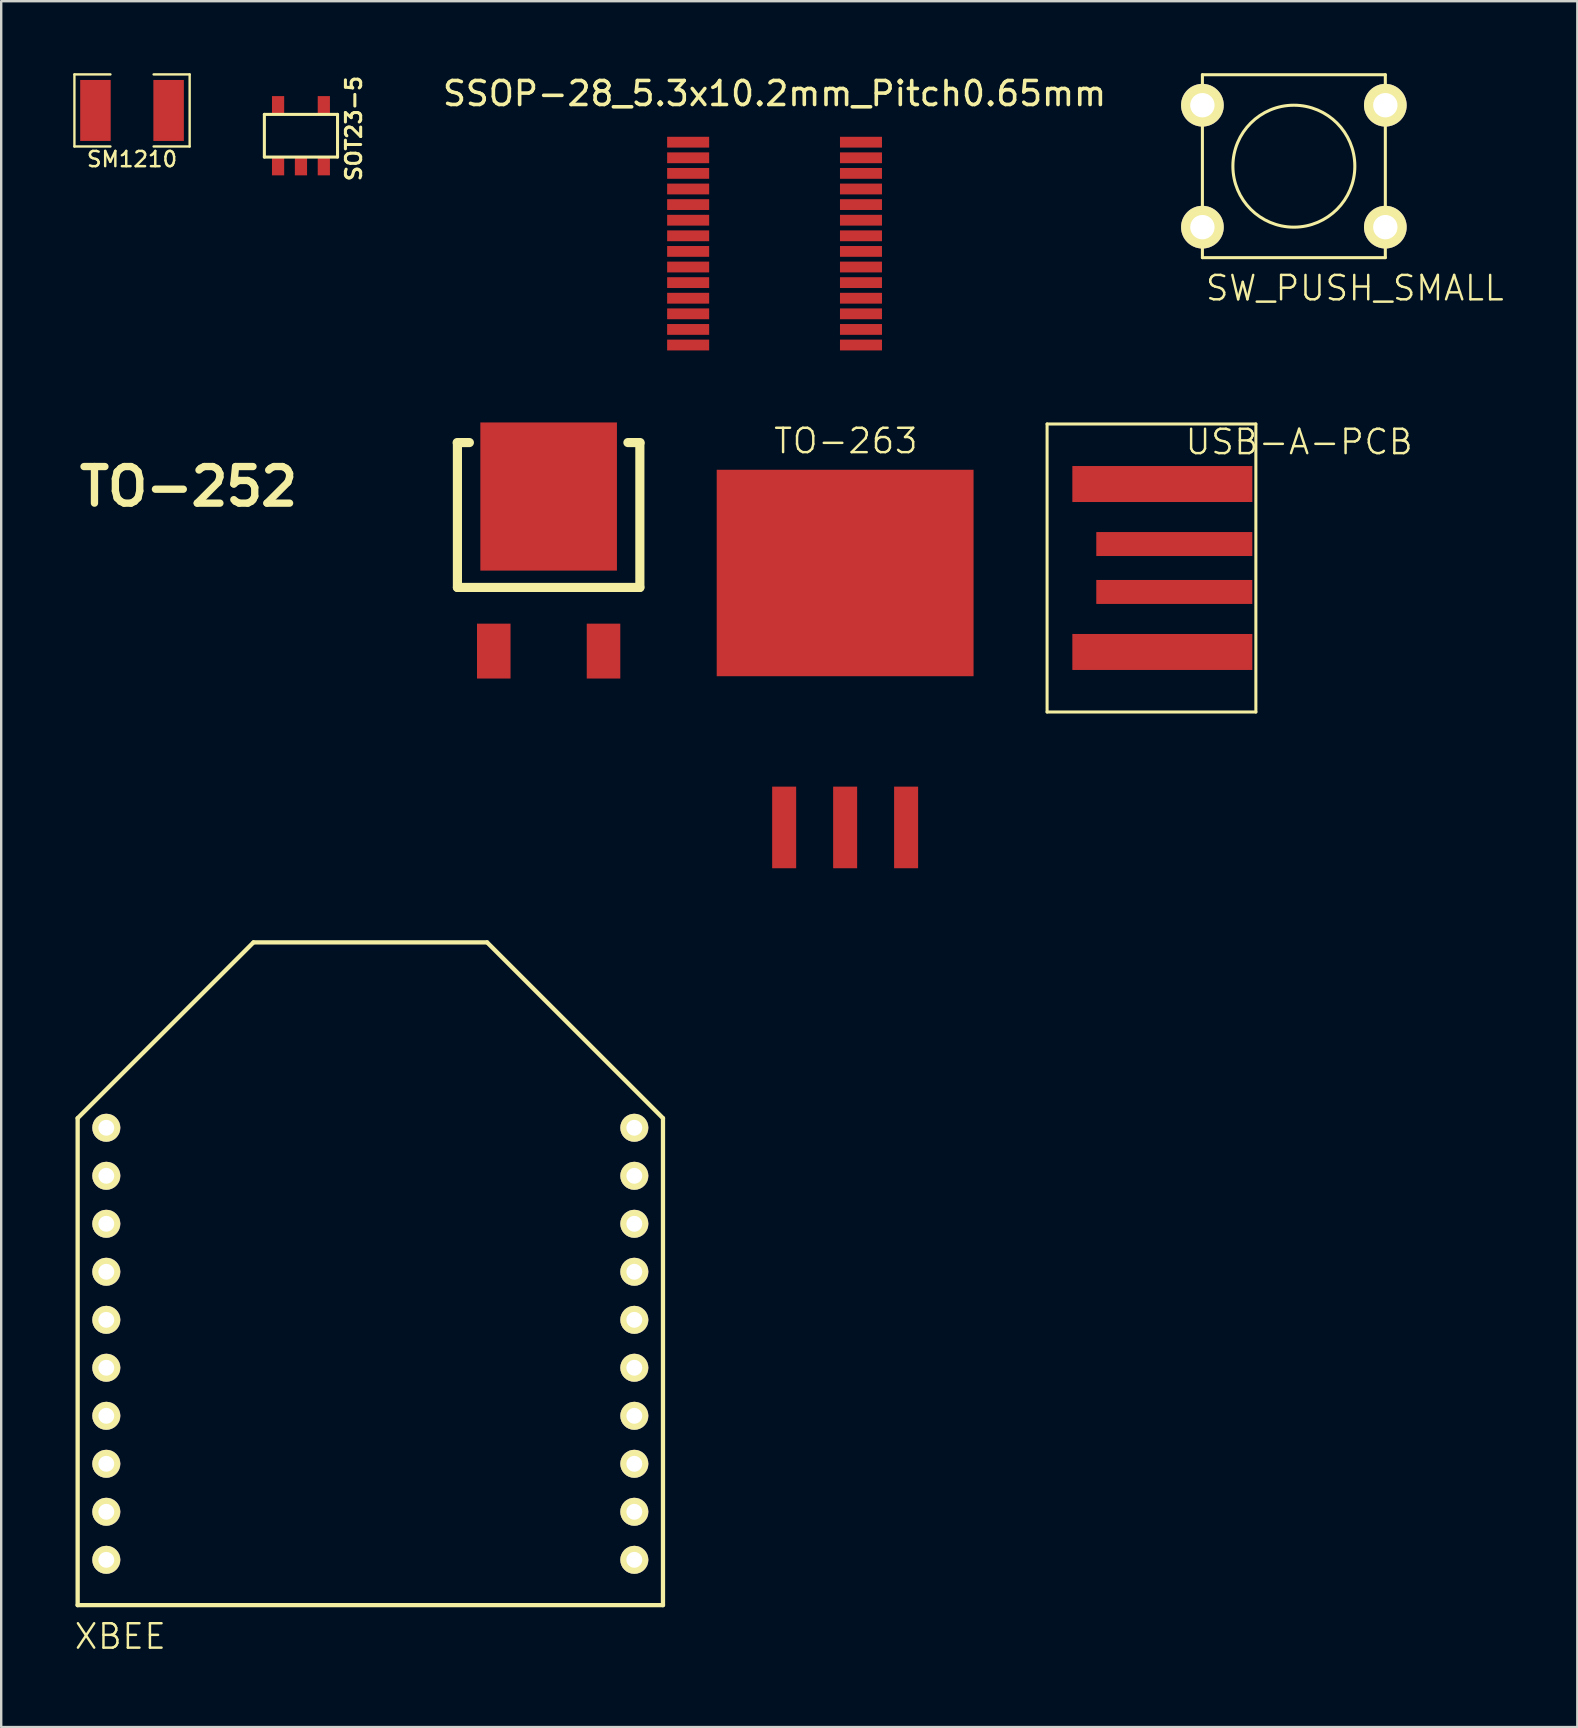
<source format=kicad_pcb>
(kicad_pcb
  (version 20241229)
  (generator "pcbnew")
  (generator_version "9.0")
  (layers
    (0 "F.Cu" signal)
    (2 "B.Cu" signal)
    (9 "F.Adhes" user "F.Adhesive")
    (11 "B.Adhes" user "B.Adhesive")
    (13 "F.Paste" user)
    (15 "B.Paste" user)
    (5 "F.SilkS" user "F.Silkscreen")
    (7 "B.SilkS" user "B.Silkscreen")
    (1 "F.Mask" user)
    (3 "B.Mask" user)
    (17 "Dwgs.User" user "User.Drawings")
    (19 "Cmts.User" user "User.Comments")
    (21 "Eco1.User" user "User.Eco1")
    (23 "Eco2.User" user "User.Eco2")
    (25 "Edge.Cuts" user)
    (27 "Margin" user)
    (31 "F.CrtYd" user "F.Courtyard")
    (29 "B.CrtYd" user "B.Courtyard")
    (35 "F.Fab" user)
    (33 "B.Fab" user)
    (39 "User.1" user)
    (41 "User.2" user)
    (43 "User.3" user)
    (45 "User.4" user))
  (footprint "XBEE"
    (layer "F.Cu")
    (at 12.376 52.929)
    (property "Reference" "XBEE" (at -10.414 12.192 0) (layer "F.SilkS") (effects (font (size 1.016 1.016) (thickness 0.102))))
    (attr exclude_from_pos_files exclude_from_bom)
    (fp_line (start -12.192 -9.398) (end -12.192 10.886) (stroke (width 0.127) (type solid)) (layer "F.SilkS"))
    (fp_line (start -12.192 -9.398) (end -12.192 10.886) (stroke (width 0.178) (type solid)) (layer "F.SilkS"))
    (fp_line (start -12.192 10.886) (end 12.192 10.886) (stroke (width 0.127) (type solid)) (layer "F.SilkS"))
    (fp_line (start -12.192 10.886) (end 12.192 10.886) (stroke (width 0.178) (type solid)) (layer "F.SilkS"))
    (fp_line (start -4.867 -16.721) (end -12.192 -9.398) (stroke (width 0.127) (type solid)) (layer "F.SilkS"))
    (fp_line (start -4.867 -16.721) (end -12.192 -9.398) (stroke (width 0.178) (type solid)) (layer "F.SilkS"))
    (fp_line (start 4.867 -16.721) (end -4.867 -16.721) (stroke (width 0.127) (type solid)) (layer "F.SilkS"))
    (fp_line (start 4.867 -16.721) (end -4.867 -16.721) (stroke (width 0.178) (type solid)) (layer "F.SilkS"))
    (fp_line (start 12.192 -9.398) (end 4.867 -16.721) (stroke (width 0.127) (type solid)) (layer "F.SilkS"))
    (fp_line (start 12.192 -9.398) (end 4.867 -16.721) (stroke (width 0.178) (type solid)) (layer "F.SilkS"))
    (fp_line (start 12.192 10.886) (end 12.192 -9.398) (stroke (width 0.127) (type solid)) (layer "F.SilkS"))
    (fp_line (start 12.192 10.886) (end 12.192 -9.398) (stroke (width 0.178) (type solid)) (layer "F.SilkS"))
    (pad "1" thru_hole circle (at -10.998 -8.999) (size 1.168 1.168) (drill 0.66) (layers "*.Cu" "*.Mask" "F.SilkS" "F.Paste"))
    (pad "2" thru_hole circle (at -10.998 -6.998) (size 1.168 1.168) (drill 0.66) (layers "*.Cu" "*.Mask" "F.SilkS" "F.Paste"))
    (pad "3" thru_hole circle (at -10.998 -4.999) (size 1.168 1.168) (drill 0.66) (layers "*.Cu" "*.Mask" "F.SilkS" "F.Paste"))
    (pad "4" thru_hole circle (at -10.998 -3) (size 1.168 1.168) (drill 0.66) (layers "*.Cu" "*.Mask" "F.SilkS" "F.Paste"))
    (pad "5" thru_hole circle (at -10.998 -0.998) (size 1.168 1.168) (drill 0.66) (layers "*.Cu" "*.Mask" "F.SilkS" "F.Paste"))
    (pad "6" thru_hole circle (at -10.998 0.998) (size 1.168 1.168) (drill 0.66) (layers "*.Cu" "*.Mask" "F.SilkS" "F.Paste"))
    (pad "7" thru_hole circle (at -10.998 3) (size 1.168 1.168) (drill 0.66) (layers "*.Cu" "*.Mask" "F.SilkS" "F.Paste"))
    (pad "8" thru_hole circle (at -10.998 4.999) (size 1.168 1.168) (drill 0.66) (layers "*.Cu" "*.Mask" "F.SilkS" "F.Paste"))
    (pad "9" thru_hole circle (at -10.998 6.998) (size 1.168 1.168) (drill 0.66) (layers "*.Cu" "*.Mask" "F.SilkS" "F.Paste"))
    (pad "10" thru_hole circle (at -10.998 8.999) (size 1.168 1.168) (drill 0.66) (layers "*.Cu" "*.Mask" "F.SilkS" "F.Paste"))
    (pad "11" thru_hole circle (at 10.998 8.999) (size 1.168 1.168) (drill 0.66) (layers "*.Cu" "*.Mask" "F.SilkS" "F.Paste"))
    (pad "12" thru_hole circle (at 10.998 6.998) (size 1.168 1.168) (drill 0.66) (layers "*.Cu" "*.Mask" "F.SilkS" "F.Paste"))
    (pad "13" thru_hole circle (at 10.998 4.999) (size 1.168 1.168) (drill 0.66) (layers "*.Cu" "*.Mask" "F.SilkS" "F.Paste"))
    (pad "14" thru_hole circle (at 10.998 3) (size 1.168 1.168) (drill 0.66) (layers "*.Cu" "*.Mask" "F.SilkS" "F.Paste"))
    (pad "15" thru_hole circle (at 10.998 0.998) (size 1.168 1.168) (drill 0.66) (layers "*.Cu" "*.Mask" "F.SilkS" "F.Paste"))
    (pad "16" thru_hole circle (at 10.998 -0.998) (size 1.168 1.168) (drill 0.66) (layers "*.Cu" "*.Mask" "F.SilkS" "F.Paste"))
    (pad "17" thru_hole circle (at 10.998 -3) (size 1.168 1.168) (drill 0.66) (layers "*.Cu" "*.Mask" "F.SilkS" "F.Paste"))
    (pad "18" thru_hole circle (at 10.998 -4.999) (size 1.168 1.168) (drill 0.66) (layers "*.Cu" "*.Mask" "F.SilkS" "F.Paste"))
    (pad "19" thru_hole circle (at 10.998 -6.998) (size 1.168 1.168) (drill 0.66) (layers "*.Cu" "*.Mask" "F.SilkS" "F.Paste"))
    (pad "20" thru_hole circle (at 10.998 -8.999) (size 1.168 1.168) (drill 0.66) (layers "*.Cu" "*.Mask" "F.SilkS" "F.Paste")))
  (footprint "USB-A-PCB"
    (layer "F.Cu")
    (at 45.568 20.611)
    (property "Reference" "USB-A-PCB" (at 5.5 -5.25 0) (layer "F.SilkS") (effects (font (size 1.016 1.016) (thickness 0.102))))
    (attr smd)
    (fp_line (start -4.999 -5.999) (end 3.698 -5.999) (stroke (width 0.127) (type solid)) (layer "F.SilkS"))
    (fp_line (start -4.999 5.999) (end -4.999 -5.999) (stroke (width 0.127) (type solid)) (layer "F.SilkS"))
    (fp_line (start 3.698 -5.999) (end 3.698 5.999) (stroke (width 0.127) (type solid)) (layer "F.SilkS"))
    (fp_line (start 3.698 5.999) (end -4.999 5.999) (stroke (width 0.127) (type solid)) (layer "F.SilkS"))
    (pad "1" smd rect (at -0.198 3.498) (size 7.498 1.499) (layers "F.Cu" "F.Mask" "F.Paste"))
    (pad "2" smd rect (at 0.3 0.998) (size 6.5 0.998) (layers "F.Cu" "F.Mask" "F.Paste"))
    (pad "3" smd rect (at 0.3 -0.998) (size 6.5 0.998) (layers "F.Cu" "F.Mask" "F.Paste"))
    (pad "4" smd rect (at -0.198 -3.498) (size 7.498 1.499) (layers "F.Cu" "F.Mask" "F.Paste")))
  (footprint "SSOP-28_5.3x10.2mm_Pitch0.65mm"
    (layer "F.Cu")
    (at 29.216 7.098)
    (property "Reference" "SSOP-28_5.3x10.2mm_Pitch0.65mm" (at 0 -6.25 0) (layer "F.SilkS") (effects (font (size 1 1) (thickness 0.15))))
    (attr smd)
    (pad "1" smd rect (at -3.6 -4.225) (size 1.75 0.45) (layers "F.Cu" "F.Mask" "F.Paste"))
    (pad "2" smd rect (at -3.6 -3.575) (size 1.75 0.45) (layers "F.Cu" "F.Mask" "F.Paste"))
    (pad "3" smd rect (at -3.6 -2.925) (size 1.75 0.45) (layers "F.Cu" "F.Mask" "F.Paste"))
    (pad "4" smd rect (at -3.6 -2.275) (size 1.75 0.45) (layers "F.Cu" "F.Mask" "F.Paste"))
    (pad "5" smd rect (at -3.6 -1.625) (size 1.75 0.45) (layers "F.Cu" "F.Mask" "F.Paste"))
    (pad "6" smd rect (at -3.6 -0.975) (size 1.75 0.45) (layers "F.Cu" "F.Mask" "F.Paste"))
    (pad "7" smd rect (at -3.6 -0.325) (size 1.75 0.45) (layers "F.Cu" "F.Mask" "F.Paste"))
    (pad "8" smd rect (at -3.6 0.325) (size 1.75 0.45) (layers "F.Cu" "F.Mask" "F.Paste"))
    (pad "9" smd rect (at -3.6 0.975) (size 1.75 0.45) (layers "F.Cu" "F.Mask" "F.Paste"))
    (pad "10" smd rect (at -3.6 1.625) (size 1.75 0.45) (layers "F.Cu" "F.Mask" "F.Paste"))
    (pad "11" smd rect (at -3.6 2.275) (size 1.75 0.45) (layers "F.Cu" "F.Mask" "F.Paste"))
    (pad "12" smd rect (at -3.6 2.925) (size 1.75 0.45) (layers "F.Cu" "F.Mask" "F.Paste"))
    (pad "13" smd rect (at -3.6 3.575) (size 1.75 0.45) (layers "F.Cu" "F.Mask" "F.Paste"))
    (pad "14" smd rect (at -3.6 4.225) (size 1.75 0.45) (layers "F.Cu" "F.Mask" "F.Paste"))
    (pad "15" smd rect (at 3.6 4.225) (size 1.75 0.45) (layers "F.Cu" "F.Mask" "F.Paste"))
    (pad "16" smd rect (at 3.6 3.575) (size 1.75 0.45) (layers "F.Cu" "F.Mask" "F.Paste"))
    (pad "17" smd rect (at 3.6 2.925) (size 1.75 0.45) (layers "F.Cu" "F.Mask" "F.Paste"))
    (pad "18" smd rect (at 3.6 2.275) (size 1.75 0.45) (layers "F.Cu" "F.Mask" "F.Paste"))
    (pad "19" smd rect (at 3.6 1.625) (size 1.75 0.45) (layers "F.Cu" "F.Mask" "F.Paste"))
    (pad "20" smd rect (at 3.6 0.975) (size 1.75 0.45) (layers "F.Cu" "F.Mask" "F.Paste"))
    (pad "21" smd rect (at 3.6 0.325) (size 1.75 0.45) (layers "F.Cu" "F.Mask" "F.Paste"))
    (pad "22" smd rect (at 3.6 -0.325) (size 1.75 0.45) (layers "F.Cu" "F.Mask" "F.Paste"))
    (pad "23" smd rect (at 3.6 -0.975) (size 1.75 0.45) (layers "F.Cu" "F.Mask" "F.Paste"))
    (pad "24" smd rect (at 3.6 -1.625) (size 1.75 0.45) (layers "F.Cu" "F.Mask" "F.Paste"))
    (pad "25" smd rect (at 3.6 -2.275) (size 1.75 0.45) (layers "F.Cu" "F.Mask" "F.Paste"))
    (pad "26" smd rect (at 3.6 -2.925) (size 1.75 0.45) (layers "F.Cu" "F.Mask" "F.Paste"))
    (pad "27" smd rect (at 3.6 -3.575) (size 1.75 0.45) (layers "F.Cu" "F.Mask" "F.Paste"))
    (pad "28" smd rect (at 3.6 -4.225) (size 1.75 0.45) (layers "F.Cu" "F.Mask" "F.Paste")))
  (footprint "TO-252"
    (layer "F.Cu")
    (at 19.805 20.72)
    (property "Reference" "TO-252" (at -15.001 -3.5 0) (layer "F.SilkS") (effects (font (size 1.524 1.524) (thickness 0.305))))
    (attr through_hole)
    (fp_line (start -3.81 -5.334) (end -3.302 -5.334) (stroke (width 0.381) (type solid)) (layer "F.SilkS"))
    (fp_line (start -3.8 -5.301) (end -3.8 0.701) (stroke (width 0.381) (type solid)) (layer "F.SilkS"))
    (fp_line (start -3.8 0.701) (end 3.8 0.701) (stroke (width 0.381) (type solid)) (layer "F.SilkS"))
    (fp_line (start 3.8 0.701) (end 3.8 -5.301) (stroke (width 0.381) (type solid)) (layer "F.SilkS"))
    (fp_line (start 3.81 -5.334) (end 3.302 -5.334) (stroke (width 0.381) (type solid)) (layer "F.SilkS"))
    (pad "D" smd rect (at 0 -3.086) (size 5.69 6.172) (layers "F.Cu" "F.Mask" "F.Paste"))
    (pad "G" smd rect (at -2.286 3.353) (size 1.397 2.286) (layers "F.Cu" "F.Mask" "F.Paste"))
    (pad "S" smd rect (at 2.286 3.353) (size 1.397 2.286) (layers "F.Cu" "F.Mask" "F.Paste")))
  (footprint "SW_PUSH_SMALL"
    (layer "F.Cu")
    (at 50.849 3.873)
    (property "Reference" "SW_PUSH_SMALL" (at 2.54 5.08 0) (layer "F.SilkS") (effects (font (size 1.016 1.016) (thickness 0.102))))
    (attr through_hole)
    (fp_line (start -3.81 -3.81) (end -3.81 3.81) (stroke (width 0.127) (type solid)) (layer "F.SilkS"))
    (fp_line (start -3.81 -3.81) (end 3.81 -3.81) (stroke (width 0.127) (type solid)) (layer "F.SilkS"))
    (fp_line (start 3.81 -3.81) (end 3.81 3.81) (stroke (width 0.127) (type solid)) (layer "F.SilkS"))
    (fp_line (start 3.81 3.81) (end -3.81 3.81) (stroke (width 0.127) (type solid)) (layer "F.SilkS"))
    (fp_circle (center 0 0) (end 0 -2.54) (stroke (width 0.127) (type solid)) (fill no) (layer "F.SilkS"))
    (pad "1" thru_hole circle (at -3.81 -2.54) (size 1.778 1.778) (drill 1.016) (layers "*.Cu" "*.Mask" "F.SilkS"))
    (pad "1" thru_hole circle (at 3.81 -2.54) (size 1.778 1.778) (drill 1.016) (layers "*.Cu" "*.Mask" "F.SilkS"))
    (pad "2" thru_hole circle (at -3.81 2.54) (size 1.778 1.778) (drill 1.016) (layers "*.Cu" "*.Mask" "F.SilkS"))
    (pad "2" thru_hole circle (at 3.81 2.54) (size 1.778 1.778) (drill 1.016) (layers "*.Cu" "*.Mask" "F.SilkS")))
  (footprint "SOT23-5"
    (layer "F.Cu")
    (at 9.487 2.604)
    (property "Reference" "SOT23-5" (at 2.2 -0.3 90) (layer "F.SilkS") (effects (font (size 0.635 0.635) (thickness 0.127))))
    (attr smd)
    (fp_line (start -1.524 -0.889) (end 1.524 -0.889) (stroke (width 0.127) (type solid)) (layer "F.SilkS"))
    (fp_line (start -1.524 0.889) (end -1.524 -0.889) (stroke (width 0.127) (type solid)) (layer "F.SilkS"))
    (fp_line (start 1.524 -0.889) (end 1.524 0.889) (stroke (width 0.127) (type solid)) (layer "F.SilkS"))
    (fp_line (start 1.524 0.889) (end -1.524 0.889) (stroke (width 0.127) (type solid)) (layer "F.SilkS"))
    (pad "1" smd rect (at -0.953 1.27) (size 0.508 0.762) (layers "F.Cu" "F.Mask" "F.Paste"))
    (pad "2" smd rect (at 0 1.27) (size 0.508 0.762) (layers "F.Cu" "F.Mask" "F.Paste"))
    (pad "3" smd rect (at 0.953 1.27) (size 0.508 0.762) (layers "F.Cu" "F.Mask" "F.Paste"))
    (pad "4" smd rect (at 0.953 -1.27) (size 0.508 0.762) (layers "F.Cu" "F.Mask" "F.Paste"))
    (pad "5" smd rect (at -0.953 -1.27) (size 0.508 0.762) (layers "F.Cu" "F.Mask" "F.Paste")))
  (footprint "SM1210"
    (layer "F.Cu")
    (at 2.45 1.551)
    (property "Reference" "SM1210" (at 0 2.032 0) (layer "F.SilkS") (effects (font (size 0.635 0.635) (thickness 0.102))))
    (attr smd)
    (fp_line (start -2.4 -1.501) (end -2.4 1.501) (stroke (width 0.099) (type solid)) (layer "F.SilkS"))
    (fp_line (start -2.4 1.501) (end -0.899 1.501) (stroke (width 0.099) (type solid)) (layer "F.SilkS"))
    (fp_line (start -0.899 -1.501) (end -2.4 -1.501) (stroke (width 0.099) (type solid)) (layer "F.SilkS"))
    (fp_line (start 0.899 -1.501) (end 2.4 -1.501) (stroke (width 0.099) (type solid)) (layer "F.SilkS"))
    (fp_line (start 2.4 -1.501) (end 2.4 1.501) (stroke (width 0.099) (type solid)) (layer "F.SilkS"))
    (fp_line (start 2.4 1.501) (end 0.899 1.501) (stroke (width 0.099) (type solid)) (layer "F.SilkS"))
    (pad "1" smd rect (at -1.524 0) (size 1.27 2.54) (layers "F.Cu" "F.Mask" "F.Paste"))
    (pad "2" smd rect (at 1.524 0) (size 1.27 2.54) (layers "F.Cu" "F.Mask" "F.Paste")))
  (footprint "TO-263"
    (layer "F.Cu")
    (at 32.156 31.419)
    (property "Reference" "TO-263" (at 0.028 -16.099 0) (layer "F.SilkS") (effects (font (size 1.016 1.016) (thickness 0.102))))
    (attr through_hole)
    (pad "1" smd rect (at -2.54 0) (size 1 3.4) (layers "F.Cu" "F.Mask" "F.Paste"))
    (pad "2" smd rect (at 0 0) (size 1 3.4) (layers "F.Cu" "F.Mask" "F.Paste"))
    (pad "3" smd rect (at 2.54 0) (size 1 3.4) (layers "F.Cu" "F.Mask" "F.Paste"))
    (pad "4" smd rect (at 0 -10.6) (size 10.7 8.6) (layers "F.Cu" "F.Mask" "F.Paste")))
  (gr_rect
    (start -3 -3)
    (end 62.657 68.894)
    (stroke (width 0.1) (type default))
    (fill no)
    (layer "Edge.Cuts")))
</source>
